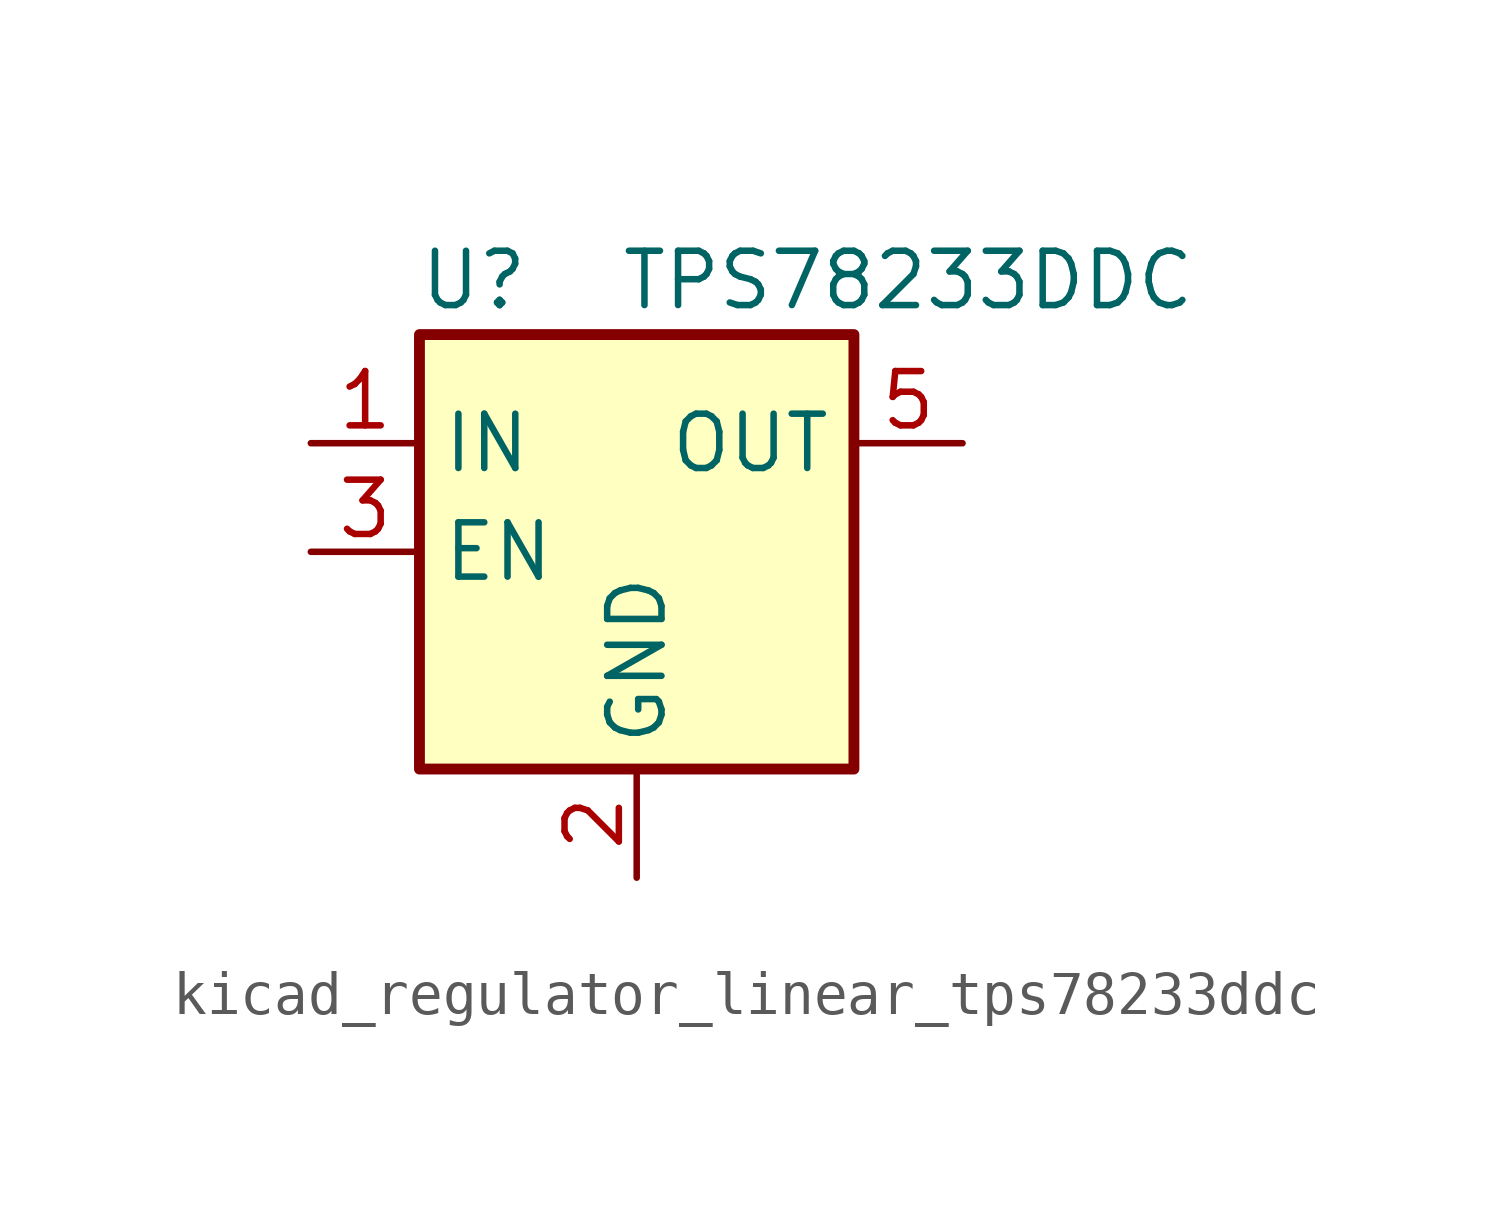
<source format=kicad_sym>
(kicad_symbol_lib
  (version 20220914)
  (generator kicad_symbol_editor)
  (symbol "kicad_regulator_linear_tps78233ddc"
    (property "Reference" "U"
      (at -3.81 6.35 0)
      (effects (font (size 1.27 1.27))))
    (property "Value" "TPS78233DDC"
      (at 6.35 6.35 0)
      (effects (font (size 1.27 1.27))))
    (symbol "kicad_regulator_linear_tps78233ddc_0_1"
      (rectangle (start -5.08 -5.08) (end 5.08 5.08) (stroke (width 0.254) (type default)) (fill (type background)))
      (pin power_in line (at -7.62 2.54 0) (length 2.54) (name "IN" (effects (font (size 1.27 1.27)))) (number "1" (effects (font (size 1.27 1.27)))))
      (pin power_in line (at 0 -7.62 90) (length 2.54) (name "GND" (effects (font (size 1.27 1.27)))) (number "2" (effects (font (size 1.27 1.27)))))
      (pin input line (at -7.62 0 0) (length 2.54) (name "EN" (effects (font (size 1.27 1.27)))) (number "3" (effects (font (size 1.27 1.27)))))
      (pin power_out line (at 7.62 2.54 180) (length 2.54) (name "OUT" (effects (font (size 1.27 1.27)))) (number "5" (effects (font (size 1.27 1.27))))))
    (symbol "kicad_regulator_linear_tps78233ddc_1_1"
      (pin passive line (at 0 -7.62 90) (length 2.54) hide (name "GND" (effects (font (size 1.27 1.27)))) (number "4" (effects (font (size 1.27 1.27))))))))
</source>
